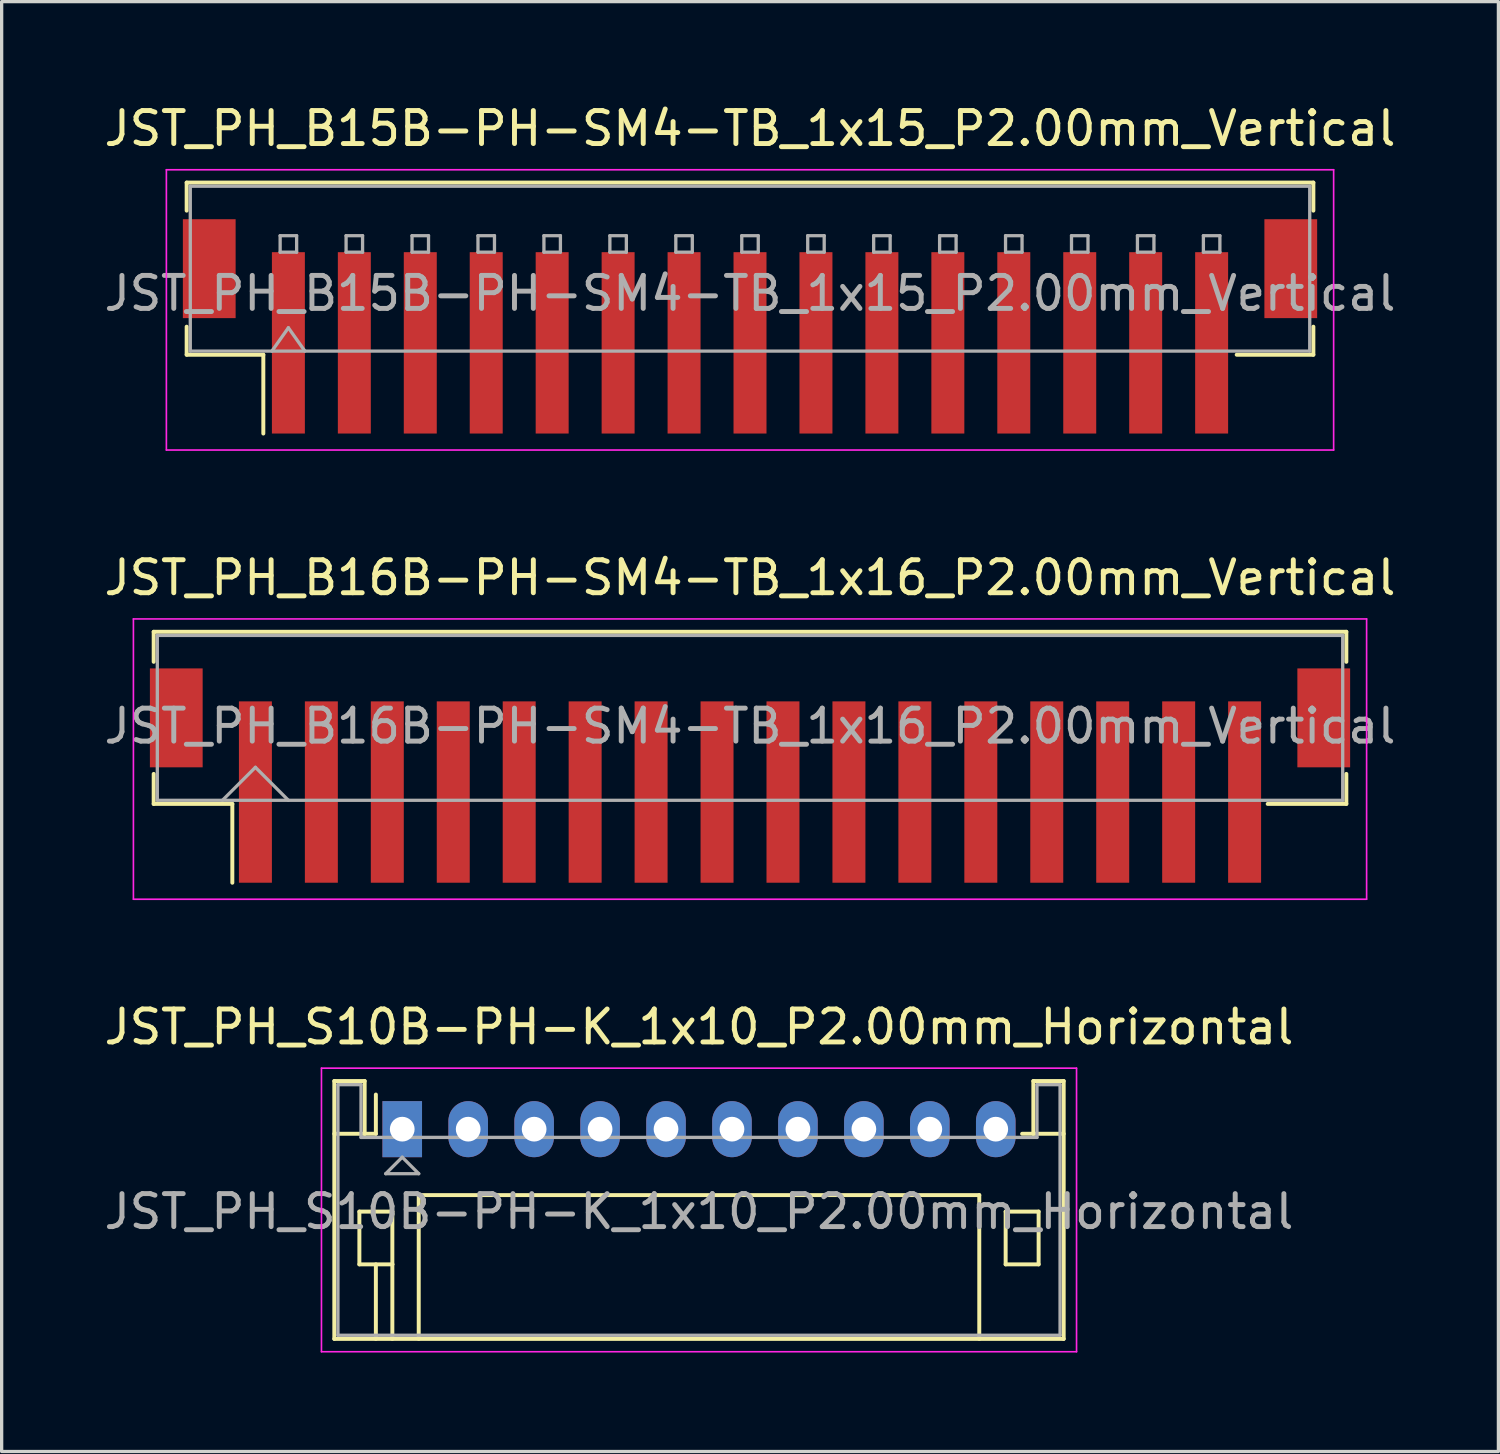
<source format=kicad_pcb>
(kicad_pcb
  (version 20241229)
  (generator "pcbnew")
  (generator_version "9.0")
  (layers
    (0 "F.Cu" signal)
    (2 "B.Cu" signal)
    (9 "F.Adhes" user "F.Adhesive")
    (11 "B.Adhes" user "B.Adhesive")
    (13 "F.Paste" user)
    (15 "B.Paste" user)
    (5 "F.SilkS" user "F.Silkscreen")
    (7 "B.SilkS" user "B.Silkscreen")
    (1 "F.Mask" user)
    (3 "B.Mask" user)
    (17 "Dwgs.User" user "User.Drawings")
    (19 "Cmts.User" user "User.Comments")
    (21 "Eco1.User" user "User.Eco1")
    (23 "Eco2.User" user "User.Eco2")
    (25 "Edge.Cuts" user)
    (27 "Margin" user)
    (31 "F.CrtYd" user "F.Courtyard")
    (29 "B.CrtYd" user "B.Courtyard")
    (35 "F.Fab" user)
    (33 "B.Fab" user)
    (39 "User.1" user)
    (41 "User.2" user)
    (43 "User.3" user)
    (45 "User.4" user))
  (footprint "JST_PH_B16B-PH-SM4-TB_1x16_P2.00mm_Vertical"
    (layer "F.Cu")
    (at 19.696 20.471)
    (property "Reference" "JST_PH_B16B-PH-SM4-TB_1x16_P2.00mm_Vertical" (at 0 -6 0) (layer "F.SilkS") (effects (font (size 1 1) (thickness 0.15))))
    (attr smd)
    (fp_line (start -18.085 -4.36) (end 18.085 -4.36) (stroke (width 0.12) (type solid)) (layer "F.SilkS"))
    (fp_line (start -18.085 -3.45) (end -18.085 -4.36) (stroke (width 0.12) (type solid)) (layer "F.SilkS"))
    (fp_line (start -18.085 -0.05) (end -18.085 0.86) (stroke (width 0.12) (type solid)) (layer "F.SilkS"))
    (fp_line (start -18.085 0.86) (end -15.7 0.86) (stroke (width 0.12) (type solid)) (layer "F.SilkS"))
    (fp_line (start -15.7 0.86) (end -15.7 3.25) (stroke (width 0.12) (type solid)) (layer "F.SilkS"))
    (fp_line (start 18.085 -4.36) (end 18.085 -3.45) (stroke (width 0.12) (type solid)) (layer "F.SilkS"))
    (fp_line (start 18.085 -0.05) (end 18.085 0.86) (stroke (width 0.12) (type solid)) (layer "F.SilkS"))
    (fp_line (start 18.085 0.86) (end 15.7 0.86) (stroke (width 0.12) (type solid)) (layer "F.SilkS"))
    (fp_line (start -18.7 -4.75) (end -18.7 3.75) (stroke (width 0.05) (type solid)) (layer "F.CrtYd"))
    (fp_line (start -18.7 3.75) (end 18.7 3.75) (stroke (width 0.05) (type solid)) (layer "F.CrtYd"))
    (fp_line (start 18.7 -4.75) (end -18.7 -4.75) (stroke (width 0.05) (type solid)) (layer "F.CrtYd"))
    (fp_line (start 18.7 3.75) (end 18.7 -4.75) (stroke (width 0.05) (type solid)) (layer "F.CrtYd"))
    (fp_line (start -17.975 -4.25) (end -17.975 0.75) (stroke (width 0.1) (type solid)) (layer "F.Fab"))
    (fp_line (start -17.975 0.75) (end 17.975 0.75) (stroke (width 0.1) (type solid)) (layer "F.Fab"))
    (fp_line (start -16 0.75) (end -15 -0.25) (stroke (width 0.1) (type solid)) (layer "F.Fab"))
    (fp_line (start -15 -0.25) (end -14 0.75) (stroke (width 0.1) (type solid)) (layer "F.Fab"))
    (fp_line (start 17.975 -4.25) (end -17.975 -4.25) (stroke (width 0.1) (type solid)) (layer "F.Fab"))
    (fp_line (start 17.975 0.75) (end 17.975 -4.25) (stroke (width 0.1) (type solid)) (layer "F.Fab"))
    (fp_text user "${REFERENCE}" (at 0 -1.5 0) (layer "F.Fab") (effects (font (size 1 1) (thickness 0.15))))
    (pad "" smd rect (at -17.4 -1.75) (size 1.6 3) (layers "F.Cu" "F.Mask" "F.Paste"))
    (pad "" smd rect (at 17.4 -1.75) (size 1.6 3) (layers "F.Cu" "F.Mask" "F.Paste"))
    (pad "1" smd rect (at -15 0.5) (size 1 5.5) (layers "F.Cu" "F.Mask" "F.Paste"))
    (pad "2" smd rect (at -13 0.5) (size 1 5.5) (layers "F.Cu" "F.Mask" "F.Paste"))
    (pad "3" smd rect (at -11 0.5) (size 1 5.5) (layers "F.Cu" "F.Mask" "F.Paste"))
    (pad "4" smd rect (at -9 0.5) (size 1 5.5) (layers "F.Cu" "F.Mask" "F.Paste"))
    (pad "5" smd rect (at -7 0.5) (size 1 5.5) (layers "F.Cu" "F.Mask" "F.Paste"))
    (pad "6" smd rect (at -5 0.5) (size 1 5.5) (layers "F.Cu" "F.Mask" "F.Paste"))
    (pad "7" smd rect (at -3 0.5) (size 1 5.5) (layers "F.Cu" "F.Mask" "F.Paste"))
    (pad "8" smd rect (at -1 0.5) (size 1 5.5) (layers "F.Cu" "F.Mask" "F.Paste"))
    (pad "9" smd rect (at 1 0.5) (size 1 5.5) (layers "F.Cu" "F.Mask" "F.Paste"))
    (pad "10" smd rect (at 3 0.5) (size 1 5.5) (layers "F.Cu" "F.Mask" "F.Paste"))
    (pad "11" smd rect (at 5 0.5) (size 1 5.5) (layers "F.Cu" "F.Mask" "F.Paste"))
    (pad "12" smd rect (at 7 0.5) (size 1 5.5) (layers "F.Cu" "F.Mask" "F.Paste"))
    (pad "13" smd rect (at 9 0.5) (size 1 5.5) (layers "F.Cu" "F.Mask" "F.Paste"))
    (pad "14" smd rect (at 11 0.5) (size 1 5.5) (layers "F.Cu" "F.Mask" "F.Paste"))
    (pad "15" smd rect (at 13 0.5) (size 1 5.5) (layers "F.Cu" "F.Mask" "F.Paste"))
    (pad "16" smd rect (at 15 0.5) (size 1 5.5) (layers "F.Cu" "F.Mask" "F.Paste")))
  (footprint "JST_PH_S10B-PH-K_1x10_P2.00mm_Horizontal"
    (layer "F.Cu")
    (at 9.149 31.195)
    (property "Reference" "JST_PH_S10B-PH-K_1x10_P2.00mm_Horizontal" (at 9 -3.1 0) (layer "F.SilkS") (effects (font (size 1 1) (thickness 0.15))))
    (attr through_hole)
    (fp_line (start -2.06 -1.46) (end -2.06 6.36) (stroke (width 0.12) (type solid)) (layer "F.SilkS"))
    (fp_line (start -2.06 0.14) (end -1.14 0.14) (stroke (width 0.12) (type solid)) (layer "F.SilkS"))
    (fp_line (start -2.06 6.36) (end 20.06 6.36) (stroke (width 0.12) (type solid)) (layer "F.SilkS"))
    (fp_line (start -1.3 2.5) (end -1.3 4.1) (stroke (width 0.12) (type solid)) (layer "F.SilkS"))
    (fp_line (start -1.3 4.1) (end -0.3 4.1) (stroke (width 0.12) (type solid)) (layer "F.SilkS"))
    (fp_line (start -1.14 -1.46) (end -2.06 -1.46) (stroke (width 0.12) (type solid)) (layer "F.SilkS"))
    (fp_line (start -1.14 0.14) (end -1.14 -1.46) (stroke (width 0.12) (type solid)) (layer "F.SilkS"))
    (fp_line (start -0.8 0.14) (end -1.14 0.14) (stroke (width 0.12) (type solid)) (layer "F.SilkS"))
    (fp_line (start -0.8 0.14) (end -0.8 -1.05) (stroke (width 0.12) (type solid)) (layer "F.SilkS"))
    (fp_line (start -0.8 4.1) (end -0.8 6.36) (stroke (width 0.12) (type solid)) (layer "F.SilkS"))
    (fp_line (start -0.3 2.5) (end -1.3 2.5) (stroke (width 0.12) (type solid)) (layer "F.SilkS"))
    (fp_line (start -0.3 4.1) (end -0.3 2.5) (stroke (width 0.12) (type solid)) (layer "F.SilkS"))
    (fp_line (start -0.3 4.1) (end -0.3 6.36) (stroke (width 0.12) (type solid)) (layer "F.SilkS"))
    (fp_line (start 0.5 2) (end 17.5 2) (stroke (width 0.12) (type solid)) (layer "F.SilkS"))
    (fp_line (start 0.5 6.36) (end 0.5 2) (stroke (width 0.12) (type solid)) (layer "F.SilkS"))
    (fp_line (start 17.5 2) (end 17.5 6.36) (stroke (width 0.12) (type solid)) (layer "F.SilkS"))
    (fp_line (start 18.3 2.5) (end 19.3 2.5) (stroke (width 0.12) (type solid)) (layer "F.SilkS"))
    (fp_line (start 18.3 4.1) (end 18.3 2.5) (stroke (width 0.12) (type solid)) (layer "F.SilkS"))
    (fp_line (start 19.14 -1.46) (end 19.14 0.14) (stroke (width 0.12) (type solid)) (layer "F.SilkS"))
    (fp_line (start 19.14 0.14) (end 18.8 0.14) (stroke (width 0.12) (type solid)) (layer "F.SilkS"))
    (fp_line (start 19.3 2.5) (end 19.3 4.1) (stroke (width 0.12) (type solid)) (layer "F.SilkS"))
    (fp_line (start 19.3 4.1) (end 18.3 4.1) (stroke (width 0.12) (type solid)) (layer "F.SilkS"))
    (fp_line (start 20.06 -1.46) (end 19.14 -1.46) (stroke (width 0.12) (type solid)) (layer "F.SilkS"))
    (fp_line (start 20.06 0.14) (end 19.14 0.14) (stroke (width 0.12) (type solid)) (layer "F.SilkS"))
    (fp_line (start 20.06 6.36) (end 20.06 -1.46) (stroke (width 0.12) (type solid)) (layer "F.SilkS"))
    (fp_line (start -2.45 -1.85) (end -2.45 6.75) (stroke (width 0.05) (type solid)) (layer "F.CrtYd"))
    (fp_line (start -2.45 6.75) (end 20.45 6.75) (stroke (width 0.05) (type solid)) (layer "F.CrtYd"))
    (fp_line (start 20.45 -1.85) (end -2.45 -1.85) (stroke (width 0.05) (type solid)) (layer "F.CrtYd"))
    (fp_line (start 20.45 6.75) (end 20.45 -1.85) (stroke (width 0.05) (type solid)) (layer "F.CrtYd"))
    (fp_line (start -1.95 -1.35) (end -1.95 6.25) (stroke (width 0.1) (type solid)) (layer "F.Fab"))
    (fp_line (start -1.95 6.25) (end 19.95 6.25) (stroke (width 0.1) (type solid)) (layer "F.Fab"))
    (fp_line (start -1.25 -1.35) (end -1.95 -1.35) (stroke (width 0.1) (type solid)) (layer "F.Fab"))
    (fp_line (start -1.25 0.25) (end -1.25 -1.35) (stroke (width 0.1) (type solid)) (layer "F.Fab"))
    (fp_line (start -0.5 1.35) (end 0.5 1.35) (stroke (width 0.1) (type solid)) (layer "F.Fab"))
    (fp_line (start 0 0.85) (end -0.5 1.35) (stroke (width 0.1) (type solid)) (layer "F.Fab"))
    (fp_line (start 0.5 1.35) (end 0 0.85) (stroke (width 0.1) (type solid)) (layer "F.Fab"))
    (fp_line (start 19.25 -1.35) (end 19.25 0.25) (stroke (width 0.1) (type solid)) (layer "F.Fab"))
    (fp_line (start 19.25 0.25) (end -1.25 0.25) (stroke (width 0.1) (type solid)) (layer "F.Fab"))
    (fp_line (start 19.95 -1.35) (end 19.25 -1.35) (stroke (width 0.1) (type solid)) (layer "F.Fab"))
    (fp_line (start 19.95 6.25) (end 19.95 -1.35) (stroke (width 0.1) (type solid)) (layer "F.Fab"))
    (fp_text user "${REFERENCE}" (at 9 2.5 0) (layer "F.Fab") (effects (font (size 1 1) (thickness 0.15))))
    (pad "1" thru_hole rect (at 0 0) (size 1.2 1.7) (drill 0.75) (layers "*.Cu" "*.Mask"))
    (pad "2" thru_hole oval (at 2 0) (size 1.2 1.7) (drill 0.75) (layers "*.Cu" "*.Mask"))
    (pad "3" thru_hole oval (at 4 0) (size 1.2 1.7) (drill 0.75) (layers "*.Cu" "*.Mask"))
    (pad "4" thru_hole oval (at 6 0) (size 1.2 1.7) (drill 0.75) (layers "*.Cu" "*.Mask"))
    (pad "5" thru_hole oval (at 8 0) (size 1.2 1.7) (drill 0.75) (layers "*.Cu" "*.Mask"))
    (pad "6" thru_hole oval (at 10 0) (size 1.2 1.7) (drill 0.75) (layers "*.Cu" "*.Mask"))
    (pad "7" thru_hole oval (at 12 0) (size 1.2 1.7) (drill 0.75) (layers "*.Cu" "*.Mask"))
    (pad "8" thru_hole oval (at 14 0) (size 1.2 1.7) (drill 0.75) (layers "*.Cu" "*.Mask"))
    (pad "9" thru_hole oval (at 16 0) (size 1.2 1.7) (drill 0.75) (layers "*.Cu" "*.Mask"))
    (pad "10" thru_hole oval (at 18 0) (size 1.2 1.7) (drill 0.75) (layers "*.Cu" "*.Mask")))
  (footprint "JST_PH_B15B-PH-SM4-TB_1x15_P2.00mm_Vertical"
    (layer "F.Cu")
    (at 19.696 6.848)
    (property "Reference" "JST_PH_B15B-PH-SM4-TB_1x15_P2.00mm_Vertical" (at 0 -6 0) (layer "F.SilkS") (effects (font (size 1 1) (thickness 0.15))))
    (attr smd)
    (fp_line (start -17.085 -4.36) (end 17.085 -4.36) (stroke (width 0.12) (type solid)) (layer "F.SilkS"))
    (fp_line (start -17.085 -3.51) (end -17.085 -4.36) (stroke (width 0.12) (type solid)) (layer "F.SilkS"))
    (fp_line (start -17.085 0.01) (end -17.085 0.86) (stroke (width 0.12) (type solid)) (layer "F.SilkS"))
    (fp_line (start -17.085 0.86) (end -14.76 0.86) (stroke (width 0.12) (type solid)) (layer "F.SilkS"))
    (fp_line (start -14.76 0.86) (end -14.76 3.25) (stroke (width 0.12) (type solid)) (layer "F.SilkS"))
    (fp_line (start 17.085 -4.36) (end 17.085 -3.51) (stroke (width 0.12) (type solid)) (layer "F.SilkS"))
    (fp_line (start 17.085 0.01) (end 17.085 0.86) (stroke (width 0.12) (type solid)) (layer "F.SilkS"))
    (fp_line (start 17.085 0.86) (end 14.76 0.86) (stroke (width 0.12) (type solid)) (layer "F.SilkS"))
    (fp_line (start -17.7 -4.75) (end -17.7 3.75) (stroke (width 0.05) (type solid)) (layer "F.CrtYd"))
    (fp_line (start -17.7 3.75) (end 17.7 3.75) (stroke (width 0.05) (type solid)) (layer "F.CrtYd"))
    (fp_line (start 17.7 -4.75) (end -17.7 -4.75) (stroke (width 0.05) (type solid)) (layer "F.CrtYd"))
    (fp_line (start 17.7 3.75) (end 17.7 -4.75) (stroke (width 0.05) (type solid)) (layer "F.CrtYd"))
    (fp_line (start -16.975 -4.25) (end 16.975 -4.25) (stroke (width 0.1) (type solid)) (layer "F.Fab"))
    (fp_line (start -16.975 0.75) (end -16.975 -4.25) (stroke (width 0.1) (type solid)) (layer "F.Fab"))
    (fp_line (start -16.975 0.75) (end 16.975 0.75) (stroke (width 0.1) (type solid)) (layer "F.Fab"))
    (fp_line (start -14.5 0.75) (end -14 0.043) (stroke (width 0.1) (type solid)) (layer "F.Fab"))
    (fp_line (start -14.25 -2.75) (end -14.25 -2.25) (stroke (width 0.1) (type solid)) (layer "F.Fab"))
    (fp_line (start -14.25 -2.25) (end -13.75 -2.25) (stroke (width 0.1) (type solid)) (layer "F.Fab"))
    (fp_line (start -14 0.043) (end -13.5 0.75) (stroke (width 0.1) (type solid)) (layer "F.Fab"))
    (fp_line (start -13.75 -2.75) (end -14.25 -2.75) (stroke (width 0.1) (type solid)) (layer "F.Fab"))
    (fp_line (start -13.75 -2.25) (end -13.75 -2.75) (stroke (width 0.1) (type solid)) (layer "F.Fab"))
    (fp_line (start -12.25 -2.75) (end -12.25 -2.25) (stroke (width 0.1) (type solid)) (layer "F.Fab"))
    (fp_line (start -12.25 -2.25) (end -11.75 -2.25) (stroke (width 0.1) (type solid)) (layer "F.Fab"))
    (fp_line (start -11.75 -2.75) (end -12.25 -2.75) (stroke (width 0.1) (type solid)) (layer "F.Fab"))
    (fp_line (start -11.75 -2.25) (end -11.75 -2.75) (stroke (width 0.1) (type solid)) (layer "F.Fab"))
    (fp_line (start -10.25 -2.75) (end -10.25 -2.25) (stroke (width 0.1) (type solid)) (layer "F.Fab"))
    (fp_line (start -10.25 -2.25) (end -9.75 -2.25) (stroke (width 0.1) (type solid)) (layer "F.Fab"))
    (fp_line (start -9.75 -2.75) (end -10.25 -2.75) (stroke (width 0.1) (type solid)) (layer "F.Fab"))
    (fp_line (start -9.75 -2.25) (end -9.75 -2.75) (stroke (width 0.1) (type solid)) (layer "F.Fab"))
    (fp_line (start -8.25 -2.75) (end -8.25 -2.25) (stroke (width 0.1) (type solid)) (layer "F.Fab"))
    (fp_line (start -8.25 -2.25) (end -7.75 -2.25) (stroke (width 0.1) (type solid)) (layer "F.Fab"))
    (fp_line (start -7.75 -2.75) (end -8.25 -2.75) (stroke (width 0.1) (type solid)) (layer "F.Fab"))
    (fp_line (start -7.75 -2.25) (end -7.75 -2.75) (stroke (width 0.1) (type solid)) (layer "F.Fab"))
    (fp_line (start -6.25 -2.75) (end -6.25 -2.25) (stroke (width 0.1) (type solid)) (layer "F.Fab"))
    (fp_line (start -6.25 -2.25) (end -5.75 -2.25) (stroke (width 0.1) (type solid)) (layer "F.Fab"))
    (fp_line (start -5.75 -2.75) (end -6.25 -2.75) (stroke (width 0.1) (type solid)) (layer "F.Fab"))
    (fp_line (start -5.75 -2.25) (end -5.75 -2.75) (stroke (width 0.1) (type solid)) (layer "F.Fab"))
    (fp_line (start -4.25 -2.75) (end -4.25 -2.25) (stroke (width 0.1) (type solid)) (layer "F.Fab"))
    (fp_line (start -4.25 -2.25) (end -3.75 -2.25) (stroke (width 0.1) (type solid)) (layer "F.Fab"))
    (fp_line (start -3.75 -2.75) (end -4.25 -2.75) (stroke (width 0.1) (type solid)) (layer "F.Fab"))
    (fp_line (start -3.75 -2.25) (end -3.75 -2.75) (stroke (width 0.1) (type solid)) (layer "F.Fab"))
    (fp_line (start -2.25 -2.75) (end -2.25 -2.25) (stroke (width 0.1) (type solid)) (layer "F.Fab"))
    (fp_line (start -2.25 -2.25) (end -1.75 -2.25) (stroke (width 0.1) (type solid)) (layer "F.Fab"))
    (fp_line (start -1.75 -2.75) (end -2.25 -2.75) (stroke (width 0.1) (type solid)) (layer "F.Fab"))
    (fp_line (start -1.75 -2.25) (end -1.75 -2.75) (stroke (width 0.1) (type solid)) (layer "F.Fab"))
    (fp_line (start -0.25 -2.75) (end -0.25 -2.25) (stroke (width 0.1) (type solid)) (layer "F.Fab"))
    (fp_line (start -0.25 -2.25) (end 0.25 -2.25) (stroke (width 0.1) (type solid)) (layer "F.Fab"))
    (fp_line (start 0.25 -2.75) (end -0.25 -2.75) (stroke (width 0.1) (type solid)) (layer "F.Fab"))
    (fp_line (start 0.25 -2.25) (end 0.25 -2.75) (stroke (width 0.1) (type solid)) (layer "F.Fab"))
    (fp_line (start 1.75 -2.75) (end 1.75 -2.25) (stroke (width 0.1) (type solid)) (layer "F.Fab"))
    (fp_line (start 1.75 -2.25) (end 2.25 -2.25) (stroke (width 0.1) (type solid)) (layer "F.Fab"))
    (fp_line (start 2.25 -2.75) (end 1.75 -2.75) (stroke (width 0.1) (type solid)) (layer "F.Fab"))
    (fp_line (start 2.25 -2.25) (end 2.25 -2.75) (stroke (width 0.1) (type solid)) (layer "F.Fab"))
    (fp_line (start 3.75 -2.75) (end 3.75 -2.25) (stroke (width 0.1) (type solid)) (layer "F.Fab"))
    (fp_line (start 3.75 -2.25) (end 4.25 -2.25) (stroke (width 0.1) (type solid)) (layer "F.Fab"))
    (fp_line (start 4.25 -2.75) (end 3.75 -2.75) (stroke (width 0.1) (type solid)) (layer "F.Fab"))
    (fp_line (start 4.25 -2.25) (end 4.25 -2.75) (stroke (width 0.1) (type solid)) (layer "F.Fab"))
    (fp_line (start 5.75 -2.75) (end 5.75 -2.25) (stroke (width 0.1) (type solid)) (layer "F.Fab"))
    (fp_line (start 5.75 -2.25) (end 6.25 -2.25) (stroke (width 0.1) (type solid)) (layer "F.Fab"))
    (fp_line (start 6.25 -2.75) (end 5.75 -2.75) (stroke (width 0.1) (type solid)) (layer "F.Fab"))
    (fp_line (start 6.25 -2.25) (end 6.25 -2.75) (stroke (width 0.1) (type solid)) (layer "F.Fab"))
    (fp_line (start 7.75 -2.75) (end 7.75 -2.25) (stroke (width 0.1) (type solid)) (layer "F.Fab"))
    (fp_line (start 7.75 -2.25) (end 8.25 -2.25) (stroke (width 0.1) (type solid)) (layer "F.Fab"))
    (fp_line (start 8.25 -2.75) (end 7.75 -2.75) (stroke (width 0.1) (type solid)) (layer "F.Fab"))
    (fp_line (start 8.25 -2.25) (end 8.25 -2.75) (stroke (width 0.1) (type solid)) (layer "F.Fab"))
    (fp_line (start 9.75 -2.75) (end 9.75 -2.25) (stroke (width 0.1) (type solid)) (layer "F.Fab"))
    (fp_line (start 9.75 -2.25) (end 10.25 -2.25) (stroke (width 0.1) (type solid)) (layer "F.Fab"))
    (fp_line (start 10.25 -2.75) (end 9.75 -2.75) (stroke (width 0.1) (type solid)) (layer "F.Fab"))
    (fp_line (start 10.25 -2.25) (end 10.25 -2.75) (stroke (width 0.1) (type solid)) (layer "F.Fab"))
    (fp_line (start 11.75 -2.75) (end 11.75 -2.25) (stroke (width 0.1) (type solid)) (layer "F.Fab"))
    (fp_line (start 11.75 -2.25) (end 12.25 -2.25) (stroke (width 0.1) (type solid)) (layer "F.Fab"))
    (fp_line (start 12.25 -2.75) (end 11.75 -2.75) (stroke (width 0.1) (type solid)) (layer "F.Fab"))
    (fp_line (start 12.25 -2.25) (end 12.25 -2.75) (stroke (width 0.1) (type solid)) (layer "F.Fab"))
    (fp_line (start 13.75 -2.75) (end 13.75 -2.25) (stroke (width 0.1) (type solid)) (layer "F.Fab"))
    (fp_line (start 13.75 -2.25) (end 14.25 -2.25) (stroke (width 0.1) (type solid)) (layer "F.Fab"))
    (fp_line (start 14.25 -2.75) (end 13.75 -2.75) (stroke (width 0.1) (type solid)) (layer "F.Fab"))
    (fp_line (start 14.25 -2.25) (end 14.25 -2.75) (stroke (width 0.1) (type solid)) (layer "F.Fab"))
    (fp_line (start 16.975 0.75) (end 16.975 -4.25) (stroke (width 0.1) (type solid)) (layer "F.Fab"))
    (fp_text user "${REFERENCE}" (at 0 -1 0) (layer "F.Fab") (effects (font (size 1 1) (thickness 0.15))))
    (pad "" smd rect (at -16.4 -1.75) (size 1.6 3) (layers "F.Cu" "F.Mask" "F.Paste"))
    (pad "" smd rect (at 16.4 -1.75) (size 1.6 3) (layers "F.Cu" "F.Mask" "F.Paste"))
    (pad "1" smd rect (at -14 0.5) (size 1 5.5) (layers "F.Cu" "F.Mask" "F.Paste"))
    (pad "2" smd rect (at -12 0.5) (size 1 5.5) (layers "F.Cu" "F.Mask" "F.Paste"))
    (pad "3" smd rect (at -10 0.5) (size 1 5.5) (layers "F.Cu" "F.Mask" "F.Paste"))
    (pad "4" smd rect (at -8 0.5) (size 1 5.5) (layers "F.Cu" "F.Mask" "F.Paste"))
    (pad "5" smd rect (at -6 0.5) (size 1 5.5) (layers "F.Cu" "F.Mask" "F.Paste"))
    (pad "6" smd rect (at -4 0.5) (size 1 5.5) (layers "F.Cu" "F.Mask" "F.Paste"))
    (pad "7" smd rect (at -2 0.5) (size 1 5.5) (layers "F.Cu" "F.Mask" "F.Paste"))
    (pad "8" smd rect (at 0 0.5) (size 1 5.5) (layers "F.Cu" "F.Mask" "F.Paste"))
    (pad "9" smd rect (at 2 0.5) (size 1 5.5) (layers "F.Cu" "F.Mask" "F.Paste"))
    (pad "10" smd rect (at 4 0.5) (size 1 5.5) (layers "F.Cu" "F.Mask" "F.Paste"))
    (pad "11" smd rect (at 6 0.5) (size 1 5.5) (layers "F.Cu" "F.Mask" "F.Paste"))
    (pad "12" smd rect (at 8 0.5) (size 1 5.5) (layers "F.Cu" "F.Mask" "F.Paste"))
    (pad "13" smd rect (at 10 0.5) (size 1 5.5) (layers "F.Cu" "F.Mask" "F.Paste"))
    (pad "14" smd rect (at 12 0.5) (size 1 5.5) (layers "F.Cu" "F.Mask" "F.Paste"))
    (pad "15" smd rect (at 14 0.5) (size 1 5.5) (layers "F.Cu" "F.Mask" "F.Paste")))
  (gr_rect
    (start -3 -3)
    (end 42.393 40.97)
    (stroke (width 0.1) (type default))
    (fill no)
    (layer "Edge.Cuts")))
</source>
